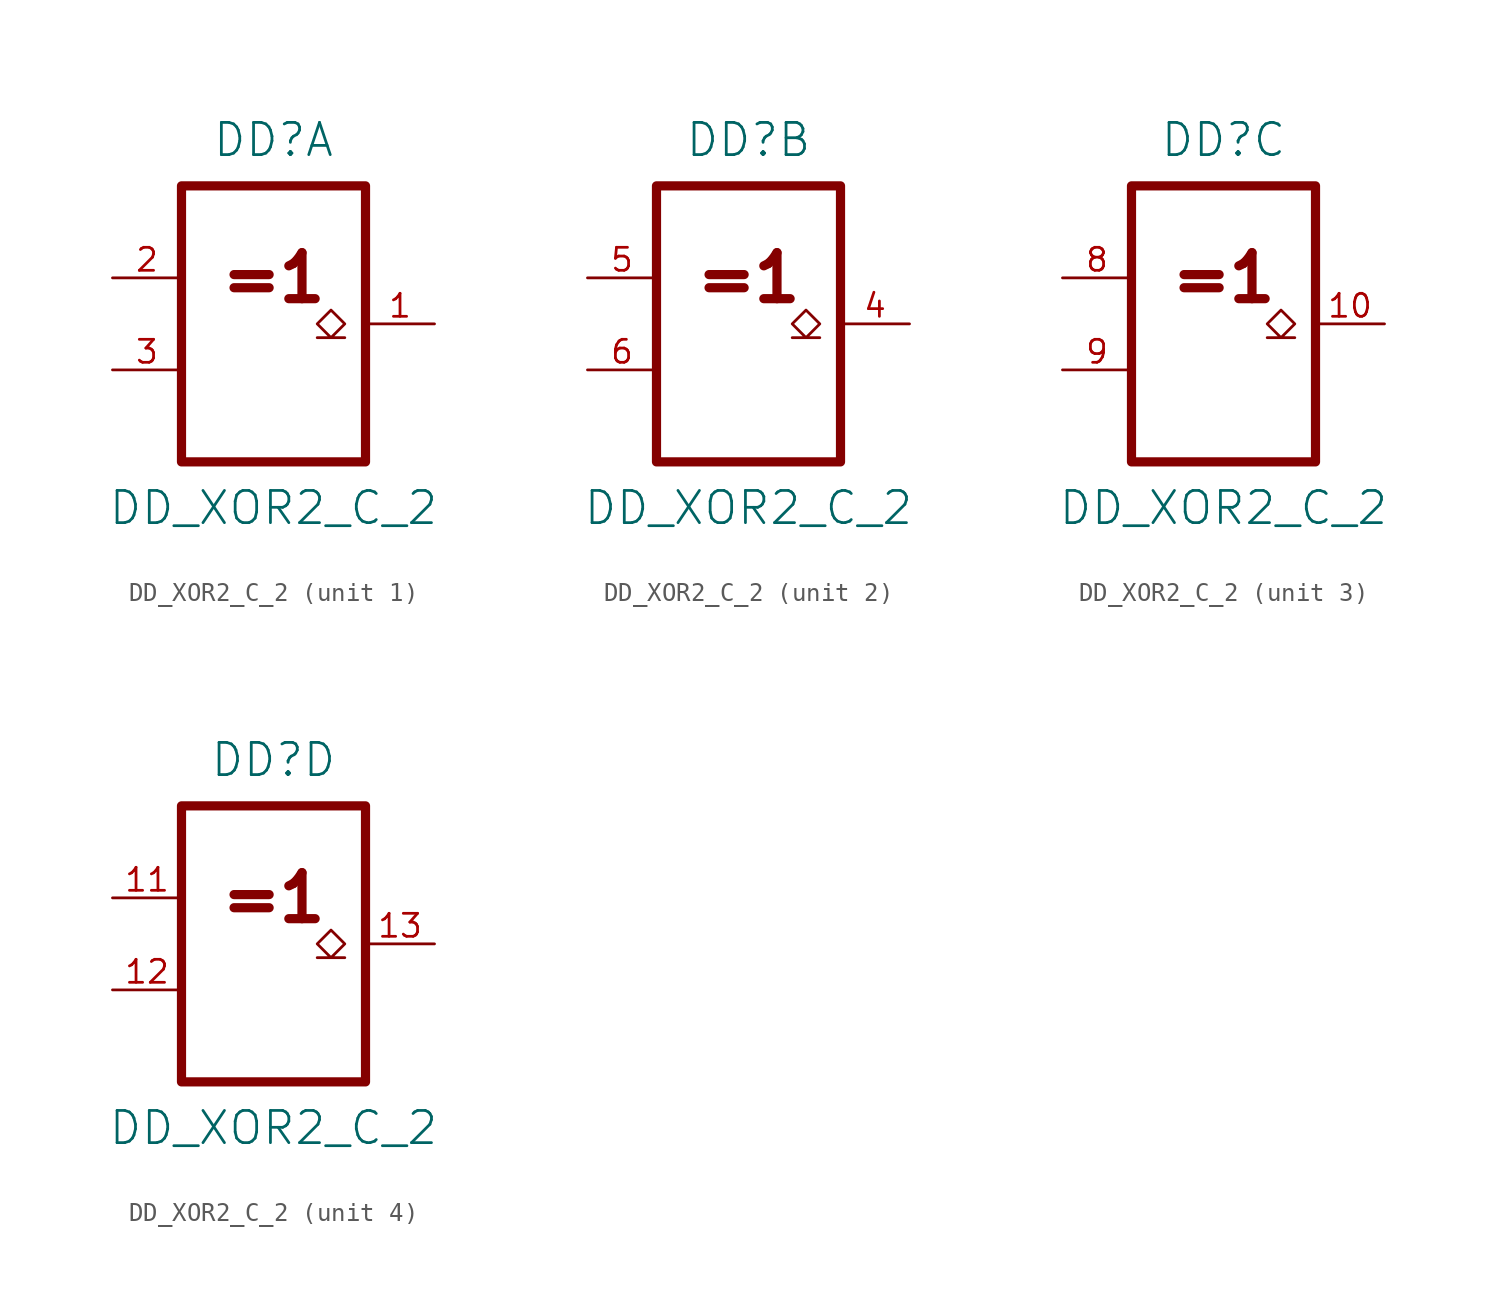
<source format=kicad_sym>
(kicad_symbol_lib
  (version 20211014)
  (generator kicad_symbol_editor)
  (symbol "DD_XOR2_C_2"
    (pin_names
      (offset 1.27))
    (property "Reference" "DD"
      (at 0 10.16 0)
      (effects (font (size 1.778 1.778))))
    (property "Value" "DD_XOR2_C_2"
      (at 0 -10.16 0)
      (effects (font (size 1.778 1.778))))
    (symbol "DD_XOR2_C_2_0_0"
      (text "=1" (at 0 2.54 0) (effects (font (size 2.54 2.54) bold))))
    (symbol "DD_XOR2_C_2_0_1"
      (rectangle (start -5.08 7.62) (end 5.08 -7.62) (stroke (width 0.508) (type default) (color 0 0 0 0)) (fill (type none)))
      (polyline (pts (xy 2.413 -0.762) (xy 3.175 -0.762) (xy 2.413 0) (xy 3.175 0.762) (xy 3.937 0) (xy 3.175 -0.762) (xy 3.937 -0.762)) (stroke (width 0) (type default) (color 0 0 0 0)) (fill (type none)))
      (pin power_in non_logic (at 8.89 5.08 180) (length 3.81) hide (name "VCC" (effects (font (size 1.27 1.27)))) (number "14" (effects (font (size 1.27 1.27)))))
      (pin power_in non_logic (at 8.89 -5.08 180) (length 3.81) hide (name "GND" (effects (font (size 1.27 1.27)))) (number "7" (effects (font (size 1.27 1.27))))))
    (symbol "DD_XOR2_C_2_1_1"
      (pin output line (at 8.89 0 180) (length 3.81) (name "~" (effects (font (size 1.778 1.778)))) (number "1" (effects (font (size 1.27 1.27)))))
      (pin input line (at -8.89 2.54 0) (length 3.81) (name "~" (effects (font (size 1.778 1.778)))) (number "2" (effects (font (size 1.27 1.27)))))
      (pin input line (at -8.89 -2.54 0) (length 3.81) (name "~" (effects (font (size 1.778 1.778)))) (number "3" (effects (font (size 1.27 1.27))))))
    (symbol "DD_XOR2_C_2_2_1"
      (pin output line (at 8.89 0 180) (length 3.81) (name "~" (effects (font (size 1.778 1.778)))) (number "4" (effects (font (size 1.27 1.27)))))
      (pin input line (at -8.89 2.54 0) (length 3.81) (name "~" (effects (font (size 1.778 1.778)))) (number "5" (effects (font (size 1.27 1.27)))))
      (pin input line (at -8.89 -2.54 0) (length 3.81) (name "~" (effects (font (size 1.778 1.778)))) (number "6" (effects (font (size 1.27 1.27))))))
    (symbol "DD_XOR2_C_2_3_1"
      (pin output line (at 8.89 0 180) (length 3.81) (name "~" (effects (font (size 1.778 1.778)))) (number "10" (effects (font (size 1.27 1.27)))))
      (pin input line (at -8.89 2.54 0) (length 3.81) (name "~" (effects (font (size 1.778 1.778)))) (number "8" (effects (font (size 1.27 1.27)))))
      (pin input line (at -8.89 -2.54 0) (length 3.81) (name "~" (effects (font (size 1.778 1.778)))) (number "9" (effects (font (size 1.27 1.27))))))
    (symbol "DD_XOR2_C_2_4_1"
      (pin input line (at -8.89 2.54 0) (length 3.81) (name "~" (effects (font (size 1.778 1.778)))) (number "11" (effects (font (size 1.27 1.27)))))
      (pin input line (at -8.89 -2.54 0) (length 3.81) (name "~" (effects (font (size 1.778 1.778)))) (number "12" (effects (font (size 1.27 1.27)))))
      (pin output line (at 8.89 0 180) (length 3.81) (name "~" (effects (font (size 1.778 1.778)))) (number "13" (effects (font (size 1.27 1.27))))))))
</source>
